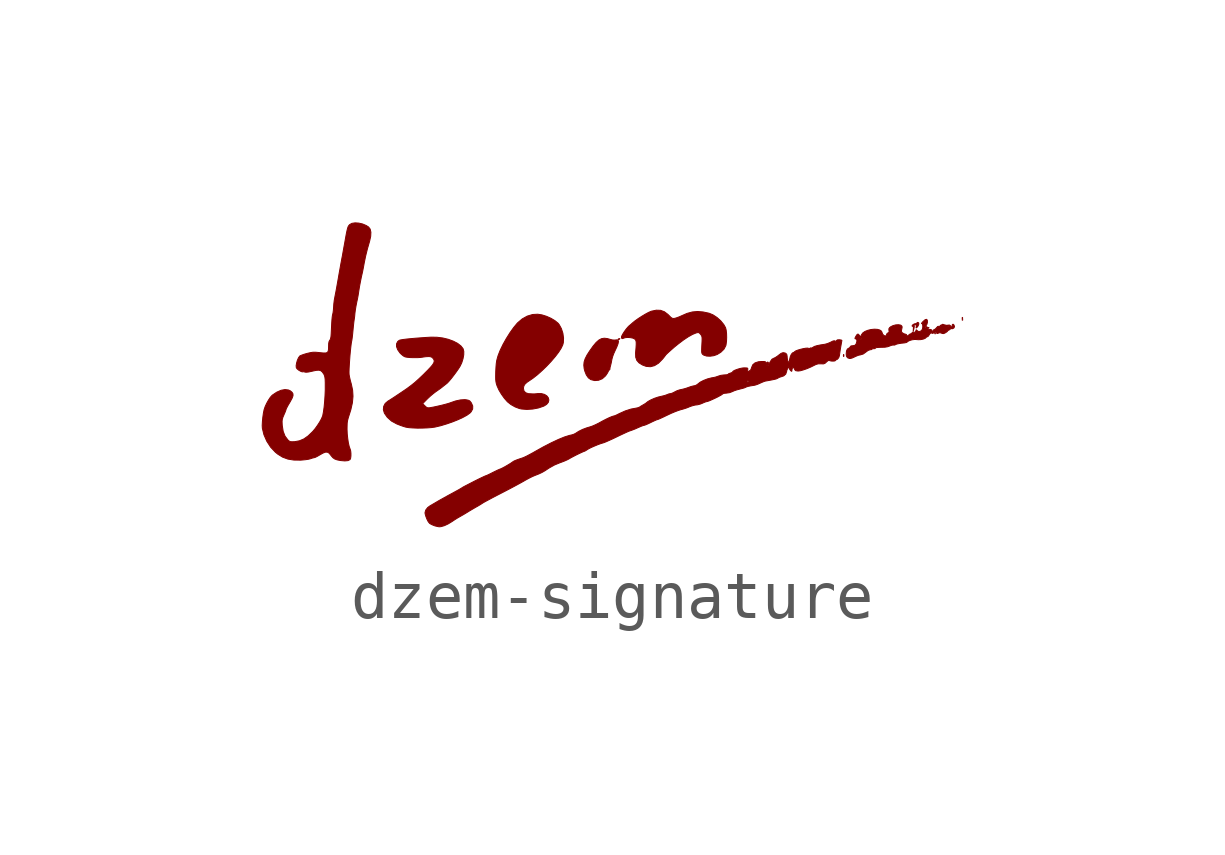
<source format=kicad_sym>
(kicad_symbol_lib
  (version 20220914)
  (generator kicad_symbol_editor)
  (symbol "dzem-signature"
    (pin_names
      (offset 1.016))
    (property "Reference" "#G"
      (at 0 2.621 0)
      (effects (font (size 1.27 1.27)) hide))
    (symbol "dzem-signature_0_0"
      (polyline (pts (xy 6.511 0.983) (xy 6.504 0.99) (xy 6.496 0.983) (xy 6.504 0.975) (xy 6.511 0.983)) (stroke (width 0.01) (type default)) (fill (type outline)))
      (polyline (pts (xy 6.646 0.863) (xy 6.639 0.87) (xy 6.631 0.863) (xy 6.639 0.855) (xy 6.646 0.863)) (stroke (width 0.01) (type default)) (fill (type outline)))
      (polyline (pts (xy 7.216 1.148) (xy 7.209 1.155) (xy 7.201 1.148) (xy 7.209 1.14) (xy 7.216 1.148)) (stroke (width 0.01) (type default)) (fill (type outline)))
      (polyline (pts (xy 4.736 0.386) (xy 4.738 0.393) (xy 4.736 0.424) (xy 4.731 0.426) (xy 4.728 0.405) (xy 4.73 0.385) (xy 4.736 0.386)) (stroke (width 0.01) (type default)) (fill (type outline)))
      (polyline (pts (xy 7.213 1.177) (xy 7.211 1.195) (xy 7.207 1.198) (xy 7.201 1.185) (xy 7.202 1.177) (xy 7.211 1.175) (xy 7.213 1.177)) (stroke (width 0.01) (type default)) (fill (type outline)))
      (polyline (pts (xy 0.051 0.738) (xy 0.067 0.75) (xy 0.069 0.757) (xy 0.053 0.756) (xy 0.042 0.751) (xy 0.03 0.741) (xy 0.034 0.736) (xy 0.051 0.738)) (stroke (width 0.01) (type default)) (fill (type outline)))
      (polyline (pts (xy 6.196 0.96) (xy 6.198 0.966) (xy 6.205 1.005) (xy 6.204 1.031) (xy 6.203 1.034) (xy 6.204 1.053) (xy 6.221 1.052) (xy 6.249 1.031) (xy 6.25 1.03) (xy 6.265 1.012) (xy 6.26 1.011) (xy 6.248 1.014) (xy 6.242 0.995) (xy 6.243 0.982) (xy 6.251 0.981) (xy 6.272 1.003) (xy 6.285 1.022) (xy 6.299 1.057) (xy 6.297 1.084) (xy 6.279 1.095) (xy 6.268 1.093) (xy 6.256 1.08) (xy 6.255 1.074) (xy 6.237 1.068) (xy 6.215 1.066) (xy 6.186 1.053) (xy 6.164 1.035) (xy 6.159 1.019) (xy 6.163 1.015) (xy 6.179 1.011) (xy 6.181 1.012) (xy 6.186 0.997) (xy 6.186 0.963) (xy 6.182 0.908) (xy 6.196 0.96)) (stroke (width 0.01) (type default)) (fill (type outline)))
      (polyline (pts (xy -0.373 -0.111) (xy -0.296 -0.079) (xy -0.234 -0.024) (xy -0.216 -0.001) (xy -0.189 0.04) (xy -0.173 0.071) (xy -0.164 0.092) (xy -0.148 0.105) (xy -0.143 0.107) (xy -0.137 0.124) (xy -0.138 0.126) (xy -0.135 0.155) (xy -0.124 0.195) (xy -0.121 0.207) (xy -0.108 0.261) (xy -0.098 0.317) (xy -0.096 0.327) (xy -0.082 0.379) (xy -0.059 0.442) (xy -0.03 0.506) (xy 0.006 0.583) (xy 0.031 0.649) (xy 0.04 0.694) (xy 0.033 0.721) (xy 0.009 0.731) (xy -0.032 0.727) (xy -0.043 0.726) (xy -0.087 0.729) (xy -0.137 0.742) (xy -0.193 0.758) (xy -0.256 0.765) (xy -0.314 0.755) (xy -0.369 0.726) (xy -0.426 0.675) (xy -0.488 0.601) (xy -0.559 0.501) (xy -0.615 0.414) (xy -0.654 0.337) (xy -0.676 0.269) (xy -0.682 0.203) (xy -0.675 0.134) (xy -0.662 0.082) (xy -0.63 0.001) (xy -0.587 -0.061) (xy -0.535 -0.098) (xy -0.455 -0.118) (xy -0.373 -0.111)) (stroke (width 0.01) (type default)) (fill (type outline)))
      (polyline (pts (xy -1.745 -0.711) (xy -1.625 -0.688) (xy -1.515 -0.65) (xy -1.457 -0.614) (xy -1.421 -0.57) (xy -1.41 -0.522) (xy -1.421 -0.477) (xy -1.452 -0.437) (xy -1.501 -0.406) (xy -1.566 -0.389) (xy -1.645 -0.389) (xy -1.668 -0.392) (xy -1.713 -0.396) (xy -1.74 -0.396) (xy -1.742 -0.396) (xy -1.774 -0.394) (xy -1.817 -0.392) (xy -1.837 -0.391) (xy -1.894 -0.371) (xy -1.929 -0.333) (xy -1.94 -0.279) (xy -1.939 -0.267) (xy -1.93 -0.227) (xy -1.907 -0.191) (xy -1.865 -0.153) (xy -1.8 -0.109) (xy -1.74 -0.068) (xy -1.645 0.007) (xy -1.548 0.094) (xy -1.451 0.188) (xy -1.359 0.286) (xy -1.276 0.383) (xy -1.206 0.475) (xy -1.153 0.558) (xy -1.12 0.628) (xy -1.108 0.675) (xy -1.104 0.769) (xy -1.118 0.869) (xy -1.15 0.967) (xy -1.198 1.053) (xy -1.22 1.079) (xy -1.284 1.131) (xy -1.366 1.18) (xy -1.458 1.221) (xy -1.553 1.251) (xy -1.643 1.265) (xy -1.749 1.259) (xy -1.86 1.226) (xy -1.966 1.167) (xy -2.062 1.085) (xy -2.068 1.079) (xy -2.142 0.99) (xy -2.22 0.881) (xy -2.296 0.76) (xy -2.366 0.635) (xy -2.425 0.513) (xy -2.468 0.404) (xy -2.482 0.356) (xy -2.497 0.299) (xy -2.506 0.239) (xy -2.512 0.168) (xy -2.517 0.075) (xy -2.518 0.035) (xy -2.519 -0.04) (xy -2.518 -0.096) (xy -2.513 -0.141) (xy -2.505 -0.18) (xy -2.491 -0.224) (xy -2.487 -0.234) (xy -2.451 -0.314) (xy -2.399 -0.401) (xy -2.339 -0.485) (xy -2.277 -0.556) (xy -2.272 -0.561) (xy -2.2 -0.618) (xy -2.113 -0.667) (xy -2.026 -0.7) (xy -1.981 -0.71) (xy -1.868 -0.719) (xy -1.745 -0.711)) (stroke (width 0.01) (type default)) (fill (type outline)))
      (polyline (pts (xy 0.791 0.193) (xy 0.874 0.244) (xy 0.955 0.326) (xy 0.981 0.357) (xy 1.009 0.393) (xy 1.025 0.415) (xy 1.029 0.42) (xy 1.052 0.443) (xy 1.092 0.48) (xy 1.145 0.527) (xy 1.205 0.58) (xy 1.288 0.647) (xy 1.395 0.728) (xy 1.494 0.794) (xy 1.583 0.844) (xy 1.656 0.874) (xy 1.67 0.878) (xy 1.703 0.884) (xy 1.725 0.875) (xy 1.751 0.847) (xy 1.763 0.832) (xy 1.774 0.812) (xy 1.781 0.788) (xy 1.783 0.754) (xy 1.782 0.702) (xy 1.778 0.627) (xy 1.776 0.591) (xy 1.774 0.526) (xy 1.774 0.483) (xy 1.778 0.456) (xy 1.786 0.439) (xy 1.798 0.426) (xy 1.819 0.412) (xy 1.878 0.393) (xy 1.95 0.39) (xy 2.027 0.401) (xy 2.098 0.426) (xy 2.174 0.473) (xy 2.24 0.538) (xy 2.278 0.611) (xy 2.283 0.635) (xy 2.292 0.703) (xy 2.295 0.782) (xy 2.293 0.862) (xy 2.285 0.933) (xy 2.272 0.984) (xy 2.235 1.05) (xy 2.171 1.128) (xy 2.094 1.197) (xy 2.01 1.252) (xy 1.928 1.286) (xy 1.805 1.312) (xy 1.688 1.322) (xy 1.579 1.312) (xy 1.469 1.282) (xy 1.35 1.23) (xy 1.313 1.213) (xy 1.257 1.192) (xy 1.213 1.179) (xy 1.182 1.176) (xy 1.157 1.182) (xy 1.131 1.201) (xy 1.093 1.239) (xy 1.071 1.261) (xy 0.997 1.317) (xy 0.918 1.346) (xy 0.829 1.349) (xy 0.727 1.328) (xy 0.716 1.324) (xy 0.664 1.301) (xy 0.598 1.265) (xy 0.525 1.221) (xy 0.452 1.174) (xy 0.387 1.128) (xy 0.338 1.088) (xy 0.332 1.083) (xy 0.294 1.049) (xy 0.261 1.022) (xy 0.238 0.999) (xy 0.2 0.954) (xy 0.161 0.9) (xy 0.128 0.848) (xy 0.107 0.807) (xy 0.105 0.803) (xy 0.103 0.77) (xy 0.12 0.756) (xy 0.151 0.766) (xy 0.175 0.775) (xy 0.225 0.781) (xy 0.283 0.778) (xy 0.337 0.768) (xy 0.375 0.751) (xy 0.38 0.747) (xy 0.395 0.731) (xy 0.405 0.71) (xy 0.41 0.678) (xy 0.41 0.631) (xy 0.406 0.564) (xy 0.398 0.473) (xy 0.397 0.452) (xy 0.4 0.368) (xy 0.423 0.303) (xy 0.469 0.251) (xy 0.54 0.207) (xy 0.618 0.178) (xy 0.706 0.171) (xy 0.791 0.193)) (stroke (width 0.01) (type default)) (fill (type outline)))
      (polyline (pts (xy -4.045 -1.108) (xy -3.945 -1.104) (xy -3.855 -1.097) (xy -3.784 -1.087) (xy -3.78 -1.086) (xy -3.662 -1.058) (xy -3.539 -1.021) (xy -3.418 -0.979) (xy -3.303 -0.933) (xy -3.2 -0.885) (xy -3.116 -0.839) (xy -3.055 -0.795) (xy -3.029 -0.767) (xy -2.998 -0.709) (xy -2.997 -0.647) (xy -3.026 -0.582) (xy -3.034 -0.571) (xy -3.06 -0.541) (xy -3.092 -0.526) (xy -3.141 -0.517) (xy -3.165 -0.515) (xy -3.254 -0.521) (xy -3.355 -0.543) (xy -3.46 -0.579) (xy -3.461 -0.58) (xy -3.503 -0.594) (xy -3.567 -0.612) (xy -3.645 -0.632) (xy -3.728 -0.651) (xy -3.81 -0.669) (xy -3.882 -0.682) (xy -3.894 -0.684) (xy -3.932 -0.686) (xy -3.96 -0.675) (xy -3.993 -0.645) (xy -4.04 -0.598) (xy -3.945 -0.502) (xy -3.936 -0.493) (xy -3.878 -0.439) (xy -3.818 -0.389) (xy -3.767 -0.35) (xy -3.725 -0.321) (xy -3.674 -0.285) (xy -3.636 -0.256) (xy -3.633 -0.253) (xy -3.586 -0.216) (xy -3.54 -0.18) (xy -3.523 -0.165) (xy -3.485 -0.124) (xy -3.438 -0.068) (xy -3.388 -0.003) (xy -3.338 0.065) (xy -3.293 0.129) (xy -3.259 0.183) (xy -3.225 0.254) (xy -3.199 0.338) (xy -3.184 0.419) (xy -3.183 0.49) (xy -3.197 0.545) (xy -3.241 0.602) (xy -3.31 0.656) (xy -3.4 0.703) (xy -3.505 0.742) (xy -3.621 0.77) (xy -3.742 0.785) (xy -3.863 0.787) (xy -3.969 0.781) (xy -4.08 0.773) (xy -4.188 0.765) (xy -4.289 0.756) (xy -4.377 0.747) (xy -4.45 0.738) (xy -4.501 0.729) (xy -4.527 0.722) (xy -4.56 0.696) (xy -4.584 0.649) (xy -4.585 0.591) (xy -4.561 0.526) (xy -4.514 0.459) (xy -4.487 0.432) (xy -4.444 0.396) (xy -4.406 0.376) (xy -4.406 0.376) (xy -4.363 0.368) (xy -4.3 0.362) (xy -4.227 0.36) (xy -4.152 0.36) (xy -4.085 0.364) (xy -4.036 0.371) (xy -4.027 0.373) (xy -3.973 0.38) (xy -3.918 0.383) (xy -3.883 0.381) (xy -3.849 0.369) (xy -3.822 0.343) (xy -3.813 0.331) (xy -3.801 0.305) (xy -3.8 0.277) (xy -3.811 0.246) (xy -3.837 0.206) (xy -3.88 0.156) (xy -3.941 0.092) (xy -4.022 0.011) (xy -4.037 -0.004) (xy -4.126 -0.088) (xy -4.205 -0.159) (xy -4.284 -0.222) (xy -4.37 -0.286) (xy -4.473 -0.356) (xy -4.551 -0.408) (xy -4.624 -0.457) (xy -4.687 -0.498) (xy -4.734 -0.528) (xy -4.762 -0.545) (xy -4.764 -0.546) (xy -4.821 -0.595) (xy -4.853 -0.656) (xy -4.859 -0.726) (xy -4.837 -0.798) (xy -4.776 -0.885) (xy -4.689 -0.962) (xy -4.579 -1.022) (xy -4.571 -1.025) (xy -4.505 -1.051) (xy -4.439 -1.074) (xy -4.388 -1.089) (xy -4.387 -1.089) (xy -4.326 -1.099) (xy -4.243 -1.105) (xy -4.147 -1.109) (xy -4.045 -1.108)) (stroke (width 0.01) (type default)) (fill (type outline)))
      (polyline (pts (xy 4.871 0.342) (xy 4.912 0.353) (xy 4.958 0.374) (xy 4.99 0.389) (xy 5.031 0.406) (xy 5.058 0.414) (xy 5.072 0.415) (xy 5.141 0.436) (xy 5.202 0.48) (xy 5.209 0.487) (xy 5.251 0.514) (xy 5.288 0.525) (xy 5.313 0.528) (xy 5.326 0.538) (xy 5.336 0.546) (xy 5.364 0.547) (xy 5.387 0.548) (xy 5.393 0.556) (xy 5.393 0.557) (xy 5.394 0.564) (xy 5.408 0.568) (xy 5.44 0.572) (xy 5.494 0.575) (xy 5.574 0.577) (xy 5.596 0.578) (xy 5.652 0.588) (xy 5.696 0.604) (xy 5.699 0.606) (xy 5.74 0.62) (xy 5.774 0.623) (xy 5.794 0.622) (xy 5.813 0.63) (xy 5.814 0.631) (xy 5.837 0.642) (xy 5.881 0.652) (xy 5.937 0.661) (xy 5.999 0.667) (xy 6.002 0.668) (xy 6.039 0.675) (xy 6.059 0.687) (xy 6.07 0.698) (xy 6.108 0.717) (xy 6.159 0.732) (xy 6.212 0.739) (xy 6.256 0.737) (xy 6.289 0.734) (xy 6.339 0.736) (xy 6.389 0.746) (xy 6.428 0.76) (xy 6.448 0.777) (xy 6.452 0.784) (xy 6.475 0.795) (xy 6.494 0.804) (xy 6.514 0.832) (xy 6.525 0.851) (xy 6.545 0.872) (xy 6.564 0.88) (xy 6.571 0.869) (xy 6.572 0.868) (xy 6.586 0.866) (xy 6.615 0.877) (xy 6.641 0.889) (xy 6.658 0.891) (xy 6.667 0.877) (xy 6.669 0.873) (xy 6.682 0.862) (xy 6.708 0.871) (xy 6.738 0.881) (xy 6.774 0.87) (xy 6.791 0.863) (xy 6.819 0.862) (xy 6.855 0.879) (xy 6.861 0.883) (xy 6.89 0.903) (xy 6.901 0.917) (xy 6.907 0.926) (xy 6.932 0.938) (xy 6.949 0.946) (xy 6.955 0.959) (xy 6.959 0.965) (xy 6.983 0.964) (xy 7.006 0.964) (xy 7.034 0.982) (xy 7.043 1.012) (xy 7.029 1.045) (xy 7.012 1.057) (xy 6.997 1.045) (xy 6.991 1.008) (xy 6.99 0.968) (xy 6.968 1.008) (xy 6.959 1.024) (xy 6.938 1.04) (xy 6.905 1.037) (xy 6.879 1.033) (xy 6.827 1.045) (xy 6.799 1.055) (xy 6.784 1.05) (xy 6.78 1.044) (xy 6.757 1.035) (xy 6.747 1.033) (xy 6.745 1.019) (xy 6.745 1.013) (xy 6.901 1.013) (xy 6.909 1.02) (xy 6.916 1.013) (xy 6.909 1.005) (xy 6.901 1.013) (xy 6.745 1.013) (xy 6.746 1.009) (xy 6.724 1.012) (xy 6.721 1.013) (xy 6.693 1.01) (xy 6.668 0.983) (xy 6.644 0.957) (xy 6.621 0.945) (xy 6.612 0.944) (xy 6.608 0.932) (xy 6.608 0.923) (xy 6.59 0.908) (xy 6.577 0.905) (xy 6.575 0.908) (xy 6.578 0.915) (xy 6.571 0.933) (xy 6.549 0.947) (xy 6.522 0.948) (xy 6.502 0.949) (xy 6.486 0.973) (xy 6.478 0.993) (xy 6.464 1.005) (xy 6.459 1.004) (xy 6.459 0.99) (xy 6.461 0.984) (xy 6.453 0.975) (xy 6.435 0.981) (xy 6.43 1) (xy 6.447 1.023) (xy 6.45 1.025) (xy 6.468 1.055) (xy 6.479 1.097) (xy 6.479 1.099) (xy 6.476 1.142) (xy 6.46 1.159) (xy 6.43 1.15) (xy 6.389 1.114) (xy 6.371 1.095) (xy 6.355 1.074) (xy 6.356 1.07) (xy 6.356 1.071) (xy 6.371 1.066) (xy 6.38 1.04) (xy 6.383 1.003) (xy 6.377 0.962) (xy 6.36 0.93) (xy 6.329 0.908) (xy 6.294 0.904) (xy 6.266 0.922) (xy 6.256 0.935) (xy 6.245 0.939) (xy 6.237 0.915) (xy 6.223 0.89) (xy 6.196 0.889) (xy 6.176 0.891) (xy 6.156 0.876) (xy 6.151 0.867) (xy 6.129 0.855) (xy 6.116 0.852) (xy 6.091 0.833) (xy 6.075 0.817) (xy 6.054 0.812) (xy 6.046 0.83) (xy 6.04 0.842) (xy 6.014 0.851) (xy 5.991 0.857) (xy 5.956 0.878) (xy 5.943 0.892) (xy 5.936 0.917) (xy 5.944 0.957) (xy 5.951 0.988) (xy 5.949 1.013) (xy 5.931 1.032) (xy 5.921 1.038) (xy 5.877 1.046) (xy 5.821 1.043) (xy 5.763 1.028) (xy 5.714 1.004) (xy 5.69 0.985) (xy 5.675 0.96) (xy 5.677 0.927) (xy 5.68 0.911) (xy 5.677 0.886) (xy 5.656 0.875) (xy 5.639 0.865) (xy 5.626 0.838) (xy 5.626 0.835) (xy 5.616 0.814) (xy 5.594 0.812) (xy 5.569 0.825) (xy 5.546 0.85) (xy 5.533 0.884) (xy 5.521 0.912) (xy 5.486 0.936) (xy 5.434 0.95) (xy 5.371 0.953) (xy 5.303 0.946) (xy 5.237 0.93) (xy 5.177 0.906) (xy 5.131 0.874) (xy 5.103 0.834) (xy 5.086 0.788) (xy 5.063 0.822) (xy 5.054 0.833) (xy 5.034 0.852) (xy 5.015 0.845) (xy 4.992 0.812) (xy 4.984 0.798) (xy 4.969 0.767) (xy 4.97 0.759) (xy 5.087 0.759) (xy 5.09 0.774) (xy 5.096 0.768) (xy 5.099 0.759) (xy 5.095 0.739) (xy 5.09 0.739) (xy 5.087 0.759) (xy 4.97 0.759) (xy 4.971 0.753) (xy 4.989 0.75) (xy 4.998 0.748) (xy 5.009 0.726) (xy 5.007 0.689) (xy 4.992 0.645) (xy 4.988 0.639) (xy 4.964 0.615) (xy 4.925 0.609) (xy 4.886 0.604) (xy 4.868 0.583) (xy 4.859 0.568) (xy 4.838 0.555) (xy 4.834 0.555) (xy 4.809 0.537) (xy 4.792 0.496) (xy 4.786 0.438) (xy 4.791 0.392) (xy 4.812 0.359) (xy 4.854 0.342) (xy 4.871 0.342)) (stroke (width 0.01) (type default)) (fill (type outline)))
      (polyline (pts (xy -5.596 -1.786) (xy -5.553 -1.764) (xy -5.553 -1.763) (xy -5.541 -1.735) (xy -5.535 -1.688) (xy -5.535 -1.634) (xy -5.54 -1.583) (xy -5.551 -1.546) (xy -5.553 -1.542) (xy -5.572 -1.488) (xy -5.589 -1.413) (xy -5.602 -1.324) (xy -5.612 -1.228) (xy -5.616 -1.133) (xy -5.615 -1.066) (xy -5.613 -1.003) (xy -5.605 -0.95) (xy -5.591 -0.895) (xy -5.569 -0.827) (xy -5.537 -0.726) (xy -5.504 -0.579) (xy -5.492 -0.444) (xy -5.5 -0.316) (xy -5.527 -0.19) (xy -5.53 -0.179) (xy -5.549 -0.11) (xy -5.564 -0.044) (xy -5.573 0.007) (xy -5.574 0.016) (xy -5.575 0.063) (xy -5.573 0.132) (xy -5.568 0.216) (xy -5.562 0.309) (xy -5.555 0.406) (xy -5.546 0.499) (xy -5.537 0.583) (xy -5.529 0.651) (xy -5.521 0.698) (xy -5.515 0.727) (xy -5.507 0.784) (xy -5.499 0.855) (xy -5.492 0.93) (xy -5.486 0.992) (xy -5.479 1.059) (xy -5.473 1.111) (xy -5.469 1.14) (xy -5.464 1.172) (xy -5.457 1.224) (xy -5.452 1.283) (xy -5.443 1.352) (xy -5.43 1.433) (xy -5.415 1.508) (xy -5.414 1.515) (xy -5.399 1.583) (xy -5.387 1.647) (xy -5.379 1.695) (xy -5.369 1.763) (xy -5.354 1.854) (xy -5.336 1.948) (xy -5.319 2.033) (xy -5.304 2.1) (xy -5.293 2.148) (xy -5.279 2.219) (xy -5.266 2.288) (xy -5.26 2.323) (xy -5.229 2.475) (xy -5.191 2.629) (xy -5.151 2.768) (xy -5.145 2.789) (xy -5.123 2.889) (xy -5.119 2.974) (xy -5.134 3.039) (xy -5.168 3.083) (xy -5.217 3.114) (xy -5.293 3.146) (xy -5.372 3.164) (xy -5.448 3.169) (xy -5.514 3.159) (xy -5.561 3.133) (xy -5.569 3.125) (xy -5.582 3.109) (xy -5.594 3.088) (xy -5.604 3.059) (xy -5.615 3.016) (xy -5.628 2.956) (xy -5.643 2.875) (xy -5.662 2.768) (xy -5.666 2.745) (xy -5.683 2.653) (xy -5.699 2.563) (xy -5.713 2.483) (xy -5.725 2.423) (xy -5.734 2.373) (xy -5.748 2.299) (xy -5.764 2.208) (xy -5.782 2.109) (xy -5.799 2.009) (xy -5.816 1.914) (xy -5.833 1.818) (xy -5.849 1.731) (xy -5.863 1.66) (xy -5.872 1.612) (xy -5.882 1.559) (xy -5.892 1.477) (xy -5.897 1.403) (xy -5.901 1.347) (xy -5.908 1.294) (xy -5.916 1.26) (xy -5.919 1.249) (xy -5.925 1.209) (xy -5.931 1.147) (xy -5.936 1.072) (xy -5.94 0.988) (xy -5.942 0.942) (xy -5.946 0.862) (xy -5.95 0.804) (xy -5.957 0.766) (xy -5.964 0.74) (xy -5.975 0.724) (xy -5.977 0.722) (xy -5.991 0.695) (xy -5.999 0.653) (xy -6.001 0.588) (xy -6.002 0.537) (xy -6.009 0.494) (xy -6.027 0.468) (xy -6.059 0.457) (xy -6.112 0.457) (xy -6.19 0.465) (xy -6.208 0.467) (xy -6.272 0.473) (xy -6.324 0.473) (xy -6.376 0.465) (xy -6.441 0.45) (xy -6.457 0.446) (xy -6.518 0.428) (xy -6.567 0.41) (xy -6.597 0.397) (xy -6.603 0.392) (xy -6.628 0.357) (xy -6.651 0.305) (xy -6.668 0.246) (xy -6.677 0.191) (xy -6.673 0.15) (xy -6.673 0.15) (xy -6.655 0.125) (xy -6.623 0.099) (xy -6.585 0.077) (xy -6.551 0.064) (xy -6.531 0.065) (xy -6.521 0.068) (xy -6.496 0.06) (xy -6.471 0.056) (xy -6.418 0.061) (xy -6.339 0.078) (xy -6.337 0.079) (xy -6.26 0.095) (xy -6.204 0.099) (xy -6.163 0.088) (xy -6.131 0.061) (xy -6.1 0.016) (xy -6.094 0.005) (xy -6.084 -0.021) (xy -6.077 -0.053) (xy -6.072 -0.097) (xy -6.07 -0.16) (xy -6.07 -0.246) (xy -6.07 -0.313) (xy -6.075 -0.435) (xy -6.083 -0.556) (xy -6.094 -0.671) (xy -6.108 -0.772) (xy -6.123 -0.85) (xy -6.127 -0.861) (xy -6.15 -0.915) (xy -6.187 -0.982) (xy -6.233 -1.053) (xy -6.283 -1.122) (xy -6.332 -1.18) (xy -6.335 -1.183) (xy -6.428 -1.272) (xy -6.518 -1.335) (xy -6.609 -1.373) (xy -6.706 -1.391) (xy -6.76 -1.393) (xy -6.795 -1.391) (xy -6.82 -1.38) (xy -6.845 -1.358) (xy -6.849 -1.354) (xy -6.908 -1.276) (xy -6.947 -1.176) (xy -6.966 -1.054) (xy -6.968 -1.021) (xy -6.97 -0.967) (xy -6.965 -0.925) (xy -6.953 -0.884) (xy -6.931 -0.832) (xy -6.929 -0.827) (xy -6.907 -0.777) (xy -6.892 -0.737) (xy -6.886 -0.717) (xy -6.884 -0.708) (xy -6.868 -0.677) (xy -6.843 -0.63) (xy -6.81 -0.575) (xy -6.797 -0.552) (xy -6.76 -0.484) (xy -6.742 -0.433) (xy -6.743 -0.394) (xy -6.761 -0.363) (xy -6.796 -0.333) (xy -6.836 -0.314) (xy -6.909 -0.305) (xy -6.991 -0.32) (xy -7.08 -0.359) (xy -7.174 -0.422) (xy -7.179 -0.427) (xy -7.215 -0.467) (xy -7.254 -0.526) (xy -7.292 -0.594) (xy -7.323 -0.661) (xy -7.343 -0.72) (xy -7.344 -0.722) (xy -7.36 -0.802) (xy -7.372 -0.89) (xy -7.38 -0.977) (xy -7.384 -1.054) (xy -7.381 -1.111) (xy -7.348 -1.246) (xy -7.289 -1.381) (xy -7.208 -1.506) (xy -7.109 -1.611) (xy -7.058 -1.652) (xy -6.958 -1.714) (xy -6.849 -1.754) (xy -6.727 -1.774) (xy -6.585 -1.776) (xy -6.546 -1.773) (xy -6.476 -1.766) (xy -6.418 -1.757) (xy -6.38 -1.747) (xy -6.373 -1.745) (xy -6.333 -1.731) (xy -6.303 -1.725) (xy -6.301 -1.725) (xy -6.274 -1.716) (xy -6.231 -1.694) (xy -6.181 -1.665) (xy -6.117 -1.629) (xy -6.065 -1.609) (xy -6.025 -1.61) (xy -5.99 -1.63) (xy -5.956 -1.671) (xy -5.947 -1.684) (xy -5.911 -1.725) (xy -5.873 -1.752) (xy -5.824 -1.77) (xy -5.754 -1.784) (xy -5.664 -1.792) (xy -5.596 -1.786)) (stroke (width 0.01) (type default)) (fill (type outline)))
      (polyline (pts (xy -3.66 -3.162) (xy -3.589 -3.142) (xy -3.511 -3.106) (xy -3.432 -3.058) (xy -3.377 -3.021) (xy -3.318 -2.984) (xy -3.271 -2.957) (xy -3.234 -2.936) (xy -3.175 -2.902) (xy -3.117 -2.867) (xy -3.072 -2.839) (xy -3.003 -2.798) (xy -2.938 -2.76) (xy -2.888 -2.732) (xy -2.833 -2.699) (xy -2.791 -2.672) (xy -2.774 -2.661) (xy -2.729 -2.636) (xy -2.665 -2.602) (xy -2.587 -2.56) (xy -2.497 -2.513) (xy -2.402 -2.464) (xy -2.346 -2.435) (xy -2.244 -2.382) (xy -2.146 -2.33) (xy -2.057 -2.282) (xy -1.982 -2.241) (xy -1.929 -2.211) (xy -1.893 -2.19) (xy -1.824 -2.153) (xy -1.76 -2.121) (xy -1.71 -2.099) (xy -1.702 -2.096) (xy -1.621 -2.064) (xy -1.554 -2.033) (xy -1.49 -1.996) (xy -1.416 -1.947) (xy -1.397 -1.935) (xy -1.291 -1.876) (xy -1.176 -1.829) (xy -1.151 -1.82) (xy -1.086 -1.795) (xy -1.029 -1.77) (xy -0.99 -1.75) (xy -0.983 -1.745) (xy -0.946 -1.724) (xy -0.895 -1.697) (xy -0.837 -1.667) (xy -0.779 -1.639) (xy -0.726 -1.614) (xy -0.687 -1.597) (xy -0.667 -1.59) (xy -0.665 -1.59) (xy -0.644 -1.579) (xy -0.613 -1.559) (xy -0.584 -1.541) (xy -0.529 -1.513) (xy -0.461 -1.483) (xy -0.391 -1.454) (xy -0.328 -1.431) (xy -0.281 -1.417) (xy -0.259 -1.41) (xy -0.212 -1.391) (xy -0.149 -1.363) (xy -0.074 -1.329) (xy 0.007 -1.29) (xy 0.073 -1.258) (xy 0.15 -1.222) (xy 0.215 -1.192) (xy 0.264 -1.171) (xy 0.292 -1.161) (xy 0.295 -1.161) (xy 0.333 -1.147) (xy 0.387 -1.126) (xy 0.445 -1.1) (xy 0.457 -1.095) (xy 0.509 -1.072) (xy 0.552 -1.056) (xy 0.575 -1.05) (xy 0.582 -1.049) (xy 0.613 -1.038) (xy 0.66 -1.017) (xy 0.717 -0.99) (xy 0.741 -0.978) (xy 0.793 -0.954) (xy 0.834 -0.936) (xy 0.854 -0.93) (xy 0.857 -0.93) (xy 0.881 -0.921) (xy 0.926 -0.901) (xy 0.986 -0.873) (xy 1.054 -0.84) (xy 1.057 -0.839) (xy 1.135 -0.802) (xy 1.213 -0.769) (xy 1.282 -0.743) (xy 1.334 -0.726) (xy 1.383 -0.713) (xy 1.447 -0.693) (xy 1.497 -0.674) (xy 1.514 -0.666) (xy 1.56 -0.649) (xy 1.594 -0.639) (xy 1.615 -0.634) (xy 1.628 -0.63) (xy 1.629 -0.63) (xy 1.647 -0.627) (xy 1.683 -0.623) (xy 1.694 -0.621) (xy 1.747 -0.607) (xy 1.799 -0.586) (xy 1.815 -0.578) (xy 1.856 -0.562) (xy 1.883 -0.555) (xy 1.895 -0.553) (xy 1.932 -0.54) (xy 1.983 -0.518) (xy 2.042 -0.491) (xy 2.1 -0.463) (xy 2.152 -0.435) (xy 2.191 -0.413) (xy 2.208 -0.399) (xy 2.215 -0.393) (xy 2.246 -0.383) (xy 2.292 -0.379) (xy 2.359 -0.369) (xy 2.417 -0.346) (xy 2.452 -0.33) (xy 2.509 -0.311) (xy 2.57 -0.295) (xy 2.622 -0.282) (xy 2.666 -0.269) (xy 2.689 -0.259) (xy 2.695 -0.255) (xy 2.733 -0.241) (xy 2.794 -0.228) (xy 2.872 -0.216) (xy 2.893 -0.211) (xy 2.941 -0.195) (xy 2.992 -0.172) (xy 3.025 -0.157) (xy 3.069 -0.139) (xy 3.099 -0.129) (xy 3.162 -0.118) (xy 3.237 -0.104) (xy 3.29 -0.093) (xy 3.326 -0.084) (xy 3.348 -0.075) (xy 3.361 -0.067) (xy 3.362 -0.067) (xy 3.393 -0.05) (xy 3.434 -0.037) (xy 3.484 -0.02) (xy 3.526 0.017) (xy 3.544 0.069) (xy 3.551 0.103) (xy 3.567 0.133) (xy 3.575 0.146) (xy 3.576 0.169) (xy 3.573 0.176) (xy 3.583 0.174) (xy 3.591 0.168) (xy 3.601 0.141) (xy 3.601 0.138) (xy 3.611 0.112) (xy 3.631 0.087) (xy 3.649 0.075) (xy 3.653 0.082) (xy 3.657 0.107) (xy 3.659 0.125) (xy 3.671 0.152) (xy 3.688 0.155) (xy 3.705 0.13) (xy 3.719 0.102) (xy 3.732 0.089) (xy 3.743 0.087) (xy 3.773 0.082) (xy 3.785 0.081) (xy 3.831 0.087) (xy 3.895 0.105) (xy 3.97 0.131) (xy 4.049 0.165) (xy 4.126 0.203) (xy 4.155 0.217) (xy 4.206 0.232) (xy 4.261 0.231) (xy 4.269 0.231) (xy 4.312 0.23) (xy 4.343 0.241) (xy 4.376 0.27) (xy 4.39 0.283) (xy 4.417 0.302) (xy 4.431 0.304) (xy 4.447 0.295) (xy 4.48 0.289) (xy 4.517 0.288) (xy 4.548 0.291) (xy 4.561 0.299) (xy 4.562 0.304) (xy 4.577 0.315) (xy 4.578 0.315) (xy 4.606 0.329) (xy 4.631 0.361) (xy 4.645 0.402) (xy 4.649 0.433) (xy 4.663 0.532) (xy 4.68 0.628) (xy 4.686 0.661) (xy 4.693 0.7) (xy 4.696 0.719) (xy 4.696 0.721) (xy 4.678 0.728) (xy 4.643 0.733) (xy 4.602 0.73) (xy 4.581 0.713) (xy 4.572 0.699) (xy 4.553 0.706) (xy 4.54 0.712) (xy 4.512 0.707) (xy 4.468 0.685) (xy 4.45 0.676) (xy 4.394 0.653) (xy 4.343 0.639) (xy 4.256 0.626) (xy 4.178 0.61) (xy 4.125 0.594) (xy 4.095 0.577) (xy 4.074 0.563) (xy 4.053 0.561) (xy 4.046 0.564) (xy 4.028 0.555) (xy 4.019 0.547) (xy 3.998 0.555) (xy 3.984 0.559) (xy 3.945 0.557) (xy 3.893 0.548) (xy 3.835 0.534) (xy 3.78 0.518) (xy 3.736 0.501) (xy 3.712 0.485) (xy 3.702 0.475) (xy 3.683 0.465) (xy 3.666 0.458) (xy 3.642 0.428) (xy 3.621 0.382) (xy 3.608 0.326) (xy 3.603 0.295) (xy 3.597 0.268) (xy 3.589 0.264) (xy 3.576 0.278) (xy 3.572 0.284) (xy 3.561 0.323) (xy 3.556 0.37) (xy 3.555 0.392) (xy 3.547 0.429) (xy 3.527 0.45) (xy 3.511 0.457) (xy 3.471 0.464) (xy 3.429 0.449) (xy 3.378 0.411) (xy 3.353 0.391) (xy 3.309 0.362) (xy 3.274 0.346) (xy 3.239 0.327) (xy 3.204 0.277) (xy 3.191 0.251) (xy 3.177 0.235) (xy 3.169 0.244) (xy 3.158 0.266) (xy 3.143 0.267) (xy 3.135 0.244) (xy 3.134 0.237) (xy 3.131 0.23) (xy 3.121 0.25) (xy 3.115 0.262) (xy 3.099 0.275) (xy 3.07 0.28) (xy 3.02 0.28) (xy 2.957 0.274) (xy 2.886 0.251) (xy 2.839 0.211) (xy 2.836 0.203) (xy 3.121 0.203) (xy 3.128 0.21) (xy 3.136 0.203) (xy 3.151 0.203) (xy 3.158 0.21) (xy 3.166 0.203) (xy 3.158 0.195) (xy 3.151 0.203) (xy 3.136 0.203) (xy 3.128 0.195) (xy 3.121 0.203) (xy 2.836 0.203) (xy 2.814 0.153) (xy 2.81 0.137) (xy 2.795 0.103) (xy 2.78 0.09) (xy 2.772 0.089) (xy 2.761 0.074) (xy 2.759 0.068) (xy 2.744 0.068) (xy 2.735 0.082) (xy 2.734 0.113) (xy 2.736 0.131) (xy 2.729 0.142) (xy 2.704 0.146) (xy 2.657 0.147) (xy 2.624 0.144) (xy 2.569 0.133) (xy 2.514 0.116) (xy 2.464 0.097) (xy 2.429 0.077) (xy 2.416 0.059) (xy 2.416 0.059) (xy 2.402 0.048) (xy 2.37 0.037) (xy 2.37 0.037) (xy 2.338 0.026) (xy 2.325 0.014) (xy 2.321 0.009) (xy 2.295 0.003) (xy 2.252 0) (xy 2.234 -0.001) (xy 2.173 -0.009) (xy 2.121 -0.025) (xy 2.111 -0.029) (xy 2.064 -0.045) (xy 2.025 -0.054) (xy 1.981 -0.061) (xy 1.895 -0.083) (xy 1.813 -0.115) (xy 1.771 -0.137) (xy 2.716 -0.137) (xy 2.718 -0.129) (xy 2.738 -0.115) (xy 2.751 -0.113) (xy 2.761 -0.128) (xy 2.758 -0.138) (xy 2.738 -0.15) (xy 2.728 -0.148) (xy 2.716 -0.137) (xy 1.771 -0.137) (xy 1.743 -0.151) (xy 1.694 -0.19) (xy 1.66 -0.214) (xy 1.627 -0.225) (xy 1.599 -0.23) (xy 1.552 -0.242) (xy 1.498 -0.261) (xy 1.45 -0.278) (xy 1.386 -0.296) (xy 1.335 -0.307) (xy 1.323 -0.309) (xy 1.264 -0.328) (xy 1.212 -0.354) (xy 1.198 -0.362) (xy 1.156 -0.382) (xy 1.125 -0.39) (xy 1.093 -0.395) (xy 1.053 -0.411) (xy 1.048 -0.413) (xy 1.003 -0.429) (xy 0.953 -0.441) (xy 0.95 -0.442) (xy 0.872 -0.46) (xy 0.791 -0.487) (xy 0.716 -0.52) (xy 0.655 -0.554) (xy 0.615 -0.586) (xy 0.613 -0.588) (xy 0.59 -0.603) (xy 0.555 -0.624) (xy 0.547 -0.628) (xy 0.508 -0.651) (xy 0.48 -0.67) (xy 0.476 -0.672) (xy 0.442 -0.685) (xy 0.398 -0.694) (xy 0.304 -0.711) (xy 0.182 -0.75) (xy 0.064 -0.803) (xy 0.058 -0.806) (xy 0.008 -0.831) (xy -0.031 -0.849) (xy -0.053 -0.855) (xy -0.059 -0.856) (xy -0.094 -0.867) (xy -0.148 -0.889) (xy -0.213 -0.92) (xy -0.285 -0.957) (xy -0.358 -0.997) (xy -0.368 -1.003) (xy -0.437 -1.037) (xy -0.508 -1.068) (xy -0.569 -1.088) (xy -0.621 -1.103) (xy -0.709 -1.136) (xy -0.789 -1.176) (xy -0.851 -1.216) (xy -0.854 -1.218) (xy -0.894 -1.238) (xy -0.941 -1.252) (xy -0.98 -1.26) (xy -1.085 -1.293) (xy -1.212 -1.345) (xy -1.359 -1.414) (xy -1.526 -1.5) (xy -1.71 -1.603) (xy -1.728 -1.614) (xy -1.802 -1.654) (xy -1.87 -1.69) (xy -1.927 -1.717) (xy -1.965 -1.732) (xy -2.003 -1.744) (xy -2.072 -1.768) (xy -2.124 -1.789) (xy -2.153 -1.804) (xy -2.163 -1.812) (xy -2.21 -1.844) (xy -2.268 -1.879) (xy -2.328 -1.914) (xy -2.381 -1.942) (xy -2.417 -1.959) (xy -2.427 -1.962) (xy -2.472 -1.981) (xy -2.53 -2.009) (xy -2.591 -2.039) (xy -2.616 -2.052) (xy -2.667 -2.077) (xy -2.704 -2.094) (xy -2.721 -2.1) (xy -2.732 -2.104) (xy -2.766 -2.119) (xy -2.817 -2.143) (xy -2.881 -2.174) (xy -2.951 -2.209) (xy -3.023 -2.246) (xy -3.091 -2.281) (xy -3.151 -2.312) (xy -3.196 -2.336) (xy -3.221 -2.352) (xy -3.247 -2.368) (xy -3.295 -2.396) (xy -3.356 -2.429) (xy -3.423 -2.466) (xy -3.507 -2.511) (xy -3.697 -2.617) (xy -3.888 -2.729) (xy -3.936 -2.764) (xy -3.976 -2.816) (xy -3.991 -2.869) (xy -3.989 -2.893) (xy -3.974 -2.947) (xy -3.951 -3.006) (xy -3.925 -3.057) (xy -3.898 -3.091) (xy -3.888 -3.099) (xy -3.845 -3.122) (xy -3.796 -3.142) (xy -3.777 -3.148) (xy -3.73 -3.159) (xy -3.697 -3.165) (xy -3.66 -3.162)) (stroke (width 0.01) (type default)) (fill (type outline))))))
</source>
